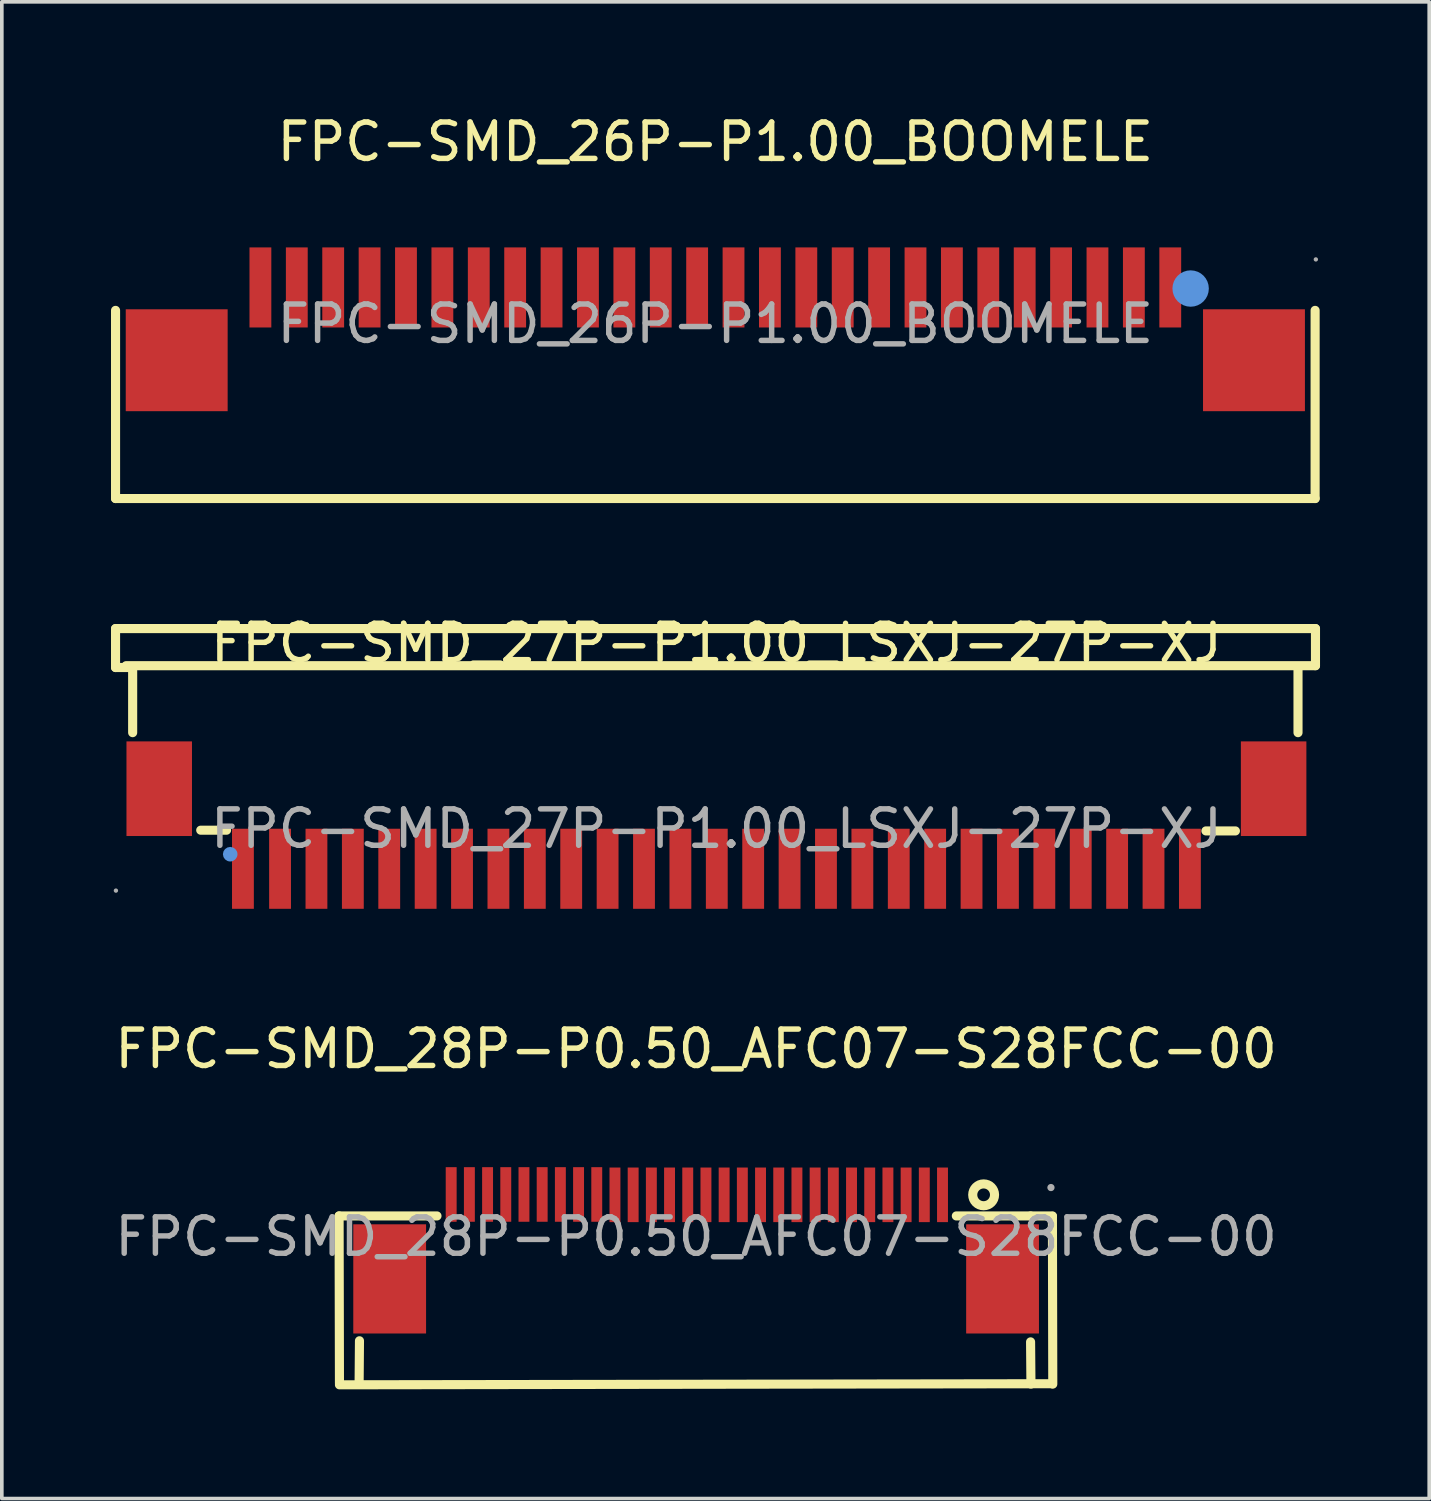
<source format=kicad_pcb>
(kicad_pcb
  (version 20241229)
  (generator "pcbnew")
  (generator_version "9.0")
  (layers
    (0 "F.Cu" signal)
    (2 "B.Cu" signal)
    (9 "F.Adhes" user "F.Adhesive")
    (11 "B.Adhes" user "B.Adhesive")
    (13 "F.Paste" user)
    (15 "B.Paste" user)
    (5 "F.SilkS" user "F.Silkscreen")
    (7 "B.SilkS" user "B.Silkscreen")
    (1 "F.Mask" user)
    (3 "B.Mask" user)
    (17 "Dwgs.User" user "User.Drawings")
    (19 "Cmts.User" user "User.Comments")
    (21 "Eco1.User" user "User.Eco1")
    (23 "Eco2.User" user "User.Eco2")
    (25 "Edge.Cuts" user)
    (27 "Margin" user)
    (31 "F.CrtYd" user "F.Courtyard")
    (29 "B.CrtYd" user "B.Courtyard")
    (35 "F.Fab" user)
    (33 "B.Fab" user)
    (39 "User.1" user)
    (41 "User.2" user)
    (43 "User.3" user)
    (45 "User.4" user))
  (footprint "FPC-SMD_28P-P0.50_AFC07-S28FCC-00"
    (layer "F.Cu")
    (at 16.077 30.93)
    (property "Reference" "FPC-SMD_28P-P0.50_AFC07-S28FCC-00" (at 0 -5.16 0) (layer "F.SilkS") (effects (font (size 1 1) (thickness 0.15))))
    (attr through_hole)
    (fp_line (start -9.81 -0.57) (end -9.8 4.03) (stroke (width 0.25) (type solid)) (layer "F.SilkS"))
    (fp_line (start -9.81 -0.57) (end -7.12 -0.57) (stroke (width 0.25) (type solid)) (layer "F.SilkS"))
    (fp_line (start -9.8 4.07) (end 9.79 4.04) (stroke (width 0.25) (type solid)) (layer "F.SilkS"))
    (fp_line (start -9.26 4.06) (end -9.25 2.86) (stroke (width 0.25) (type solid)) (layer "F.SilkS"))
    (fp_line (start 7.15 -0.57) (end 9.79 -0.57) (stroke (width 0.25) (type solid)) (layer "F.SilkS"))
    (fp_line (start 9.19 -0.57) (end 9.19 -0.57) (stroke (width 0.25) (type solid)) (layer "F.SilkS"))
    (fp_line (start 9.19 2.89) (end 9.2 4.05) (stroke (width 0.25) (type solid)) (layer "F.SilkS"))
    (fp_line (start 9.79 -0.56) (end 9.8 4.05) (stroke (width 0.25) (type solid)) (layer "F.SilkS"))
    (fp_circle (center 7.9 -1.15) (end 8.2 -1.15) (stroke (width 0.25) (type solid)) (fill no) (layer "F.SilkS"))
    (fp_circle (center 9.75 -1.35) (end 9.8 -1.35) (stroke (width 0.1) (type solid)) (fill no) (layer "F.Fab"))
    (fp_text user "${REFERENCE}" (at 0 0 0) (layer "F.Fab") (effects (font (size 1 1) (thickness 0.15))))
    (pad "1" smd rect (at 6.77 -1.15 180) (size 0.3 1.5) (layers "F.Cu" "F.Mask" "F.Paste"))
    (pad "2" smd rect (at 6.27 -1.15 180) (size 0.3 1.5) (layers "F.Cu" "F.Mask" "F.Paste"))
    (pad "3" smd rect (at 5.77 -1.15 180) (size 0.3 1.5) (layers "F.Cu" "F.Mask" "F.Paste"))
    (pad "4" smd rect (at 5.27 -1.15 180) (size 0.3 1.5) (layers "F.Cu" "F.Mask" "F.Paste"))
    (pad "5" smd rect (at 4.77 -1.15 180) (size 0.3 1.5) (layers "F.Cu" "F.Mask" "F.Paste"))
    (pad "6" smd rect (at 4.27 -1.15 180) (size 0.3 1.5) (layers "F.Cu" "F.Mask" "F.Paste"))
    (pad "7" smd rect (at 3.77 -1.15 180) (size 0.3 1.5) (layers "F.Cu" "F.Mask" "F.Paste"))
    (pad "8" smd rect (at 3.27 -1.15 180) (size 0.3 1.5) (layers "F.Cu" "F.Mask" "F.Paste"))
    (pad "9" smd rect (at 2.77 -1.15 180) (size 0.3 1.5) (layers "F.Cu" "F.Mask" "F.Paste"))
    (pad "10" smd rect (at 2.27 -1.15 180) (size 0.3 1.5) (layers "F.Cu" "F.Mask" "F.Paste"))
    (pad "11" smd rect (at 1.77 -1.15 180) (size 0.3 1.5) (layers "F.Cu" "F.Mask" "F.Paste"))
    (pad "12" smd rect (at 1.27 -1.15 180) (size 0.3 1.5) (layers "F.Cu" "F.Mask" "F.Paste"))
    (pad "13" smd rect (at 0.77 -1.15 180) (size 0.3 1.5) (layers "F.Cu" "F.Mask" "F.Paste"))
    (pad "14" smd rect (at 0.27 -1.15 180) (size 0.3 1.5) (layers "F.Cu" "F.Mask" "F.Paste"))
    (pad "15" smd rect (at -0.23 -1.15 180) (size 0.3 1.5) (layers "F.Cu" "F.Mask" "F.Paste"))
    (pad "16" smd rect (at -0.73 -1.15 180) (size 0.3 1.5) (layers "F.Cu" "F.Mask" "F.Paste"))
    (pad "17" smd rect (at -1.23 -1.15 180) (size 0.3 1.5) (layers "F.Cu" "F.Mask" "F.Paste"))
    (pad "18" smd rect (at -1.73 -1.15 180) (size 0.3 1.5) (layers "F.Cu" "F.Mask" "F.Paste"))
    (pad "19" smd rect (at -2.23 -1.15 180) (size 0.3 1.5) (layers "F.Cu" "F.Mask" "F.Paste"))
    (pad "20" smd rect (at -2.73 -1.16 180) (size 0.3 1.5) (layers "F.Cu" "F.Mask" "F.Paste"))
    (pad "21" smd rect (at -3.23 -1.16 180) (size 0.3 1.5) (layers "F.Cu" "F.Mask" "F.Paste"))
    (pad "22" smd rect (at -3.73 -1.16 180) (size 0.3 1.5) (layers "F.Cu" "F.Mask" "F.Paste"))
    (pad "23" smd rect (at -4.23 -1.16 180) (size 0.3 1.5) (layers "F.Cu" "F.Mask" "F.Paste"))
    (pad "24" smd rect (at -4.73 -1.16 180) (size 0.3 1.5) (layers "F.Cu" "F.Mask" "F.Paste"))
    (pad "25" smd rect (at -5.23 -1.16 180) (size 0.3 1.5) (layers "F.Cu" "F.Mask" "F.Paste"))
    (pad "26" smd rect (at -5.73 -1.16 180) (size 0.3 1.5) (layers "F.Cu" "F.Mask" "F.Paste"))
    (pad "27" smd rect (at -6.23 -1.16 180) (size 0.3 1.5) (layers "F.Cu" "F.Mask" "F.Paste"))
    (pad "28" smd rect (at -6.73 -1.16 180) (size 0.3 1.5) (layers "F.Cu" "F.Mask" "F.Paste"))
    (pad "29" smd rect (at -8.42 1.16) (size 2 3) (layers "F.Cu" "F.Mask" "F.Paste"))
    (pad "30" smd rect (at 8.42 1.16 180) (size 2 3) (layers "F.Cu" "F.Mask" "F.Paste")))
  (footprint "FPC-SMD_27P-P1.00_LSXJ-27P-XJ"
    (layer "F.Cu")
    (at 16.635 19.721)
    (property "Reference" "FPC-SMD_27P-P1.00_LSXJ-27P-XJ" (at 0 -5.1 0) (layer "F.SilkS") (effects (font (size 1 1) (thickness 0.15))))
    (attr through_hole)
    (fp_line (start -16.51 -5.5) (end 16.46 -5.5) (stroke (width 0.25) (type solid)) (layer "F.SilkS"))
    (fp_line (start -16.51 -4.43) (end -16.51 -5.5) (stroke (width 0.25) (type solid)) (layer "F.SilkS"))
    (fp_line (start -16.04 -4.43) (end -16.51 -4.43) (stroke (width 0.25) (type solid)) (layer "F.SilkS"))
    (fp_line (start -16.04 -4.43) (end -16.04 -2.64) (stroke (width 0.25) (type solid)) (layer "F.SilkS"))
    (fp_line (start -13.46 0.04) (end -14.17 0.04) (stroke (width 0.25) (type solid)) (layer "F.SilkS"))
    (fp_line (start 14.26 0.06) (end 13.45 0.06) (stroke (width 0.25) (type solid)) (layer "F.SilkS"))
    (fp_line (start 15.98 -2.64) (end 15.98 -4.45) (stroke (width 0.25) (type solid)) (layer "F.SilkS"))
    (fp_line (start 16.46 -5.5) (end 16.46 -4.48) (stroke (width 0.25) (type solid)) (layer "F.SilkS"))
    (fp_line (start 16.46 -4.48) (end -16.22 -4.48) (stroke (width 0.25) (type solid)) (layer "F.SilkS"))
    (fp_circle (center -13.36 0.7) (end -13.26 0.7) (stroke (width 0.2) (type solid)) (fill no) (layer "Cmts.User"))
    (fp_circle (center -16.5 1.7) (end -16.47 1.7) (stroke (width 0.06) (type solid)) (fill no) (layer "F.Fab"))
    (fp_text user "${REFERENCE}" (at 0 0 0) (layer "F.Fab") (effects (font (size 1 1) (thickness 0.15))))
    (pad "1" smd rect (at -13.01 1.1) (size 0.6 2.2) (layers "F.Cu" "F.Mask" "F.Paste"))
    (pad "2" smd rect (at -11.99 1.1) (size 0.6 2.2) (layers "F.Cu" "F.Mask" "F.Paste"))
    (pad "3" smd rect (at -10.99 1.1) (size 0.6 2.2) (layers "F.Cu" "F.Mask" "F.Paste"))
    (pad "4" smd rect (at -9.99 1.1) (size 0.6 2.2) (layers "F.Cu" "F.Mask" "F.Paste"))
    (pad "5" smd rect (at -8.99 1.1) (size 0.6 2.2) (layers "F.Cu" "F.Mask" "F.Paste"))
    (pad "6" smd rect (at -7.99 1.1) (size 0.6 2.2) (layers "F.Cu" "F.Mask" "F.Paste"))
    (pad "7" smd rect (at -6.99 1.1) (size 0.6 2.2) (layers "F.Cu" "F.Mask" "F.Paste"))
    (pad "8" smd rect (at -5.99 1.1) (size 0.6 2.2) (layers "F.Cu" "F.Mask" "F.Paste"))
    (pad "9" smd rect (at -4.99 1.1) (size 0.6 2.2) (layers "F.Cu" "F.Mask" "F.Paste"))
    (pad "10" smd rect (at -3.99 1.1) (size 0.6 2.2) (layers "F.Cu" "F.Mask" "F.Paste"))
    (pad "11" smd rect (at -2.99 1.1) (size 0.6 2.2) (layers "F.Cu" "F.Mask" "F.Paste"))
    (pad "12" smd rect (at -1.99 1.1) (size 0.6 2.2) (layers "F.Cu" "F.Mask" "F.Paste"))
    (pad "13" smd rect (at -0.99 1.1) (size 0.6 2.2) (layers "F.Cu" "F.Mask" "F.Paste"))
    (pad "14" smd rect (at 0.01 1.1) (size 0.6 2.2) (layers "F.Cu" "F.Mask" "F.Paste"))
    (pad "15" smd rect (at 1.01 1.1) (size 0.6 2.2) (layers "F.Cu" "F.Mask" "F.Paste"))
    (pad "16" smd rect (at 2.01 1.1) (size 0.6 2.2) (layers "F.Cu" "F.Mask" "F.Paste"))
    (pad "17" smd rect (at 3.01 1.1) (size 0.6 2.2) (layers "F.Cu" "F.Mask" "F.Paste"))
    (pad "18" smd rect (at 4.01 1.1) (size 0.6 2.2) (layers "F.Cu" "F.Mask" "F.Paste"))
    (pad "19" smd rect (at 5.01 1.1) (size 0.6 2.2) (layers "F.Cu" "F.Mask" "F.Paste"))
    (pad "20" smd rect (at 6.01 1.1) (size 0.6 2.2) (layers "F.Cu" "F.Mask" "F.Paste"))
    (pad "21" smd rect (at 7.01 1.1) (size 0.6 2.2) (layers "F.Cu" "F.Mask" "F.Paste"))
    (pad "22" smd rect (at 8.01 1.1) (size 0.6 2.2) (layers "F.Cu" "F.Mask" "F.Paste"))
    (pad "23" smd rect (at 9.01 1.1) (size 0.6 2.2) (layers "F.Cu" "F.Mask" "F.Paste"))
    (pad "24" smd rect (at 10.01 1.1) (size 0.6 2.2) (layers "F.Cu" "F.Mask" "F.Paste"))
    (pad "25" smd rect (at 11.01 1.1) (size 0.6 2.2) (layers "F.Cu" "F.Mask" "F.Paste"))
    (pad "26" smd rect (at 12.01 1.1) (size 0.6 2.2) (layers "F.Cu" "F.Mask" "F.Paste"))
    (pad "27" smd rect (at 13.01 1.1) (size 0.6 2.2) (layers "F.Cu" "F.Mask" "F.Paste"))
    (pad "28" smd rect (at 15.31 -1.1 90) (size 2.6 1.8) (layers "F.Cu" "F.Mask" "F.Paste"))
    (pad "29" smd rect (at -15.31 -1.1 90) (size 2.6 1.8) (layers "F.Cu" "F.Mask" "F.Paste")))
  (footprint "FPC-SMD_26P-P1.00_BOOMELE"
    (layer "F.Cu")
    (at 16.605 5.848)
    (property "Reference" "FPC-SMD_26P-P1.00_BOOMELE" (at 0 -5 0) (layer "F.SilkS") (effects (font (size 1 1) (thickness 0.15))))
    (attr through_hole)
    (fp_line (start -16.48 -0.37) (end -16.48 4.8) (stroke (width 0.25) (type solid)) (layer "F.SilkS"))
    (fp_line (start 16.48 -0.37) (end 16.48 4.8) (stroke (width 0.25) (type solid)) (layer "F.SilkS"))
    (fp_line (start 16.48 4.8) (end -16.48 4.8) (stroke (width 0.25) (type solid)) (layer "F.SilkS"))
    (fp_circle (center 13.06 -0.97) (end 13.31 -0.97) (stroke (width 0.5) (type solid)) (fill no) (layer "Cmts.User"))
    (fp_circle (center 16.5 -1.77) (end 16.53 -1.77) (stroke (width 0.06) (type solid)) (fill no) (layer "F.Fab"))
    (fp_text user "${REFERENCE}" (at 0 0 0) (layer "F.Fab") (effects (font (size 1 1) (thickness 0.15))))
    (pad "1" smd rect (at 12.5 -1 180) (size 0.6 2.2) (layers "F.Cu" "F.Mask" "F.Paste"))
    (pad "2" smd rect (at 11.5 -1 180) (size 0.6 2.2) (layers "F.Cu" "F.Mask" "F.Paste"))
    (pad "3" smd rect (at 10.5 -1 180) (size 0.6 2.2) (layers "F.Cu" "F.Mask" "F.Paste"))
    (pad "4" smd rect (at 9.5 -1 180) (size 0.6 2.2) (layers "F.Cu" "F.Mask" "F.Paste"))
    (pad "5" smd rect (at 8.5 -1 180) (size 0.6 2.2) (layers "F.Cu" "F.Mask" "F.Paste"))
    (pad "6" smd rect (at 7.5 -1 180) (size 0.6 2.2) (layers "F.Cu" "F.Mask" "F.Paste"))
    (pad "7" smd rect (at 6.5 -1 180) (size 0.6 2.2) (layers "F.Cu" "F.Mask" "F.Paste"))
    (pad "8" smd rect (at 5.5 -1 180) (size 0.6 2.2) (layers "F.Cu" "F.Mask" "F.Paste"))
    (pad "9" smd rect (at 4.5 -1 180) (size 0.6 2.2) (layers "F.Cu" "F.Mask" "F.Paste"))
    (pad "10" smd rect (at 3.5 -1 180) (size 0.6 2.2) (layers "F.Cu" "F.Mask" "F.Paste"))
    (pad "11" smd rect (at 2.5 -1 180) (size 0.6 2.2) (layers "F.Cu" "F.Mask" "F.Paste"))
    (pad "12" smd rect (at 1.5 -1 180) (size 0.6 2.2) (layers "F.Cu" "F.Mask" "F.Paste"))
    (pad "13" smd rect (at 0.5 -1 180) (size 0.6 2.2) (layers "F.Cu" "F.Mask" "F.Paste"))
    (pad "14" smd rect (at -0.5 -1 180) (size 0.6 2.2) (layers "F.Cu" "F.Mask" "F.Paste"))
    (pad "15" smd rect (at -1.5 -1 180) (size 0.6 2.2) (layers "F.Cu" "F.Mask" "F.Paste"))
    (pad "16" smd rect (at -2.5 -1 180) (size 0.6 2.2) (layers "F.Cu" "F.Mask" "F.Paste"))
    (pad "17" smd rect (at -3.5 -1 180) (size 0.6 2.2) (layers "F.Cu" "F.Mask" "F.Paste"))
    (pad "18" smd rect (at -4.5 -1 180) (size 0.6 2.2) (layers "F.Cu" "F.Mask" "F.Paste"))
    (pad "19" smd rect (at -5.5 -1 180) (size 0.6 2.2) (layers "F.Cu" "F.Mask" "F.Paste"))
    (pad "20" smd rect (at -6.5 -1 180) (size 0.6 2.2) (layers "F.Cu" "F.Mask" "F.Paste"))
    (pad "21" smd rect (at -7.5 -1 180) (size 0.6 2.2) (layers "F.Cu" "F.Mask" "F.Paste"))
    (pad "22" smd rect (at -8.5 -1 180) (size 0.6 2.2) (layers "F.Cu" "F.Mask" "F.Paste"))
    (pad "23" smd rect (at -9.5 -1 180) (size 0.6 2.2) (layers "F.Cu" "F.Mask" "F.Paste"))
    (pad "24" smd rect (at -10.5 -1 180) (size 0.6 2.2) (layers "F.Cu" "F.Mask" "F.Paste"))
    (pad "25" smd rect (at -11.5 -1 180) (size 0.6 2.2) (layers "F.Cu" "F.Mask" "F.Paste"))
    (pad "26" smd rect (at -12.5 -1 180) (size 0.6 2.2) (layers "F.Cu" "F.Mask" "F.Paste"))
    (pad "27" smd rect (at -14.8 1) (size 2.8 2.8) (layers "F.Cu" "F.Mask" "F.Paste"))
    (pad "28" smd rect (at 14.8 1) (size 2.8 2.8) (layers "F.Cu" "F.Mask" "F.Paste")))
  (gr_rect
    (start -3 -3)
    (end 36.22 38.125)
    (stroke (width 0.1) (type default))
    (fill no)
    (layer "Edge.Cuts")))
</source>
